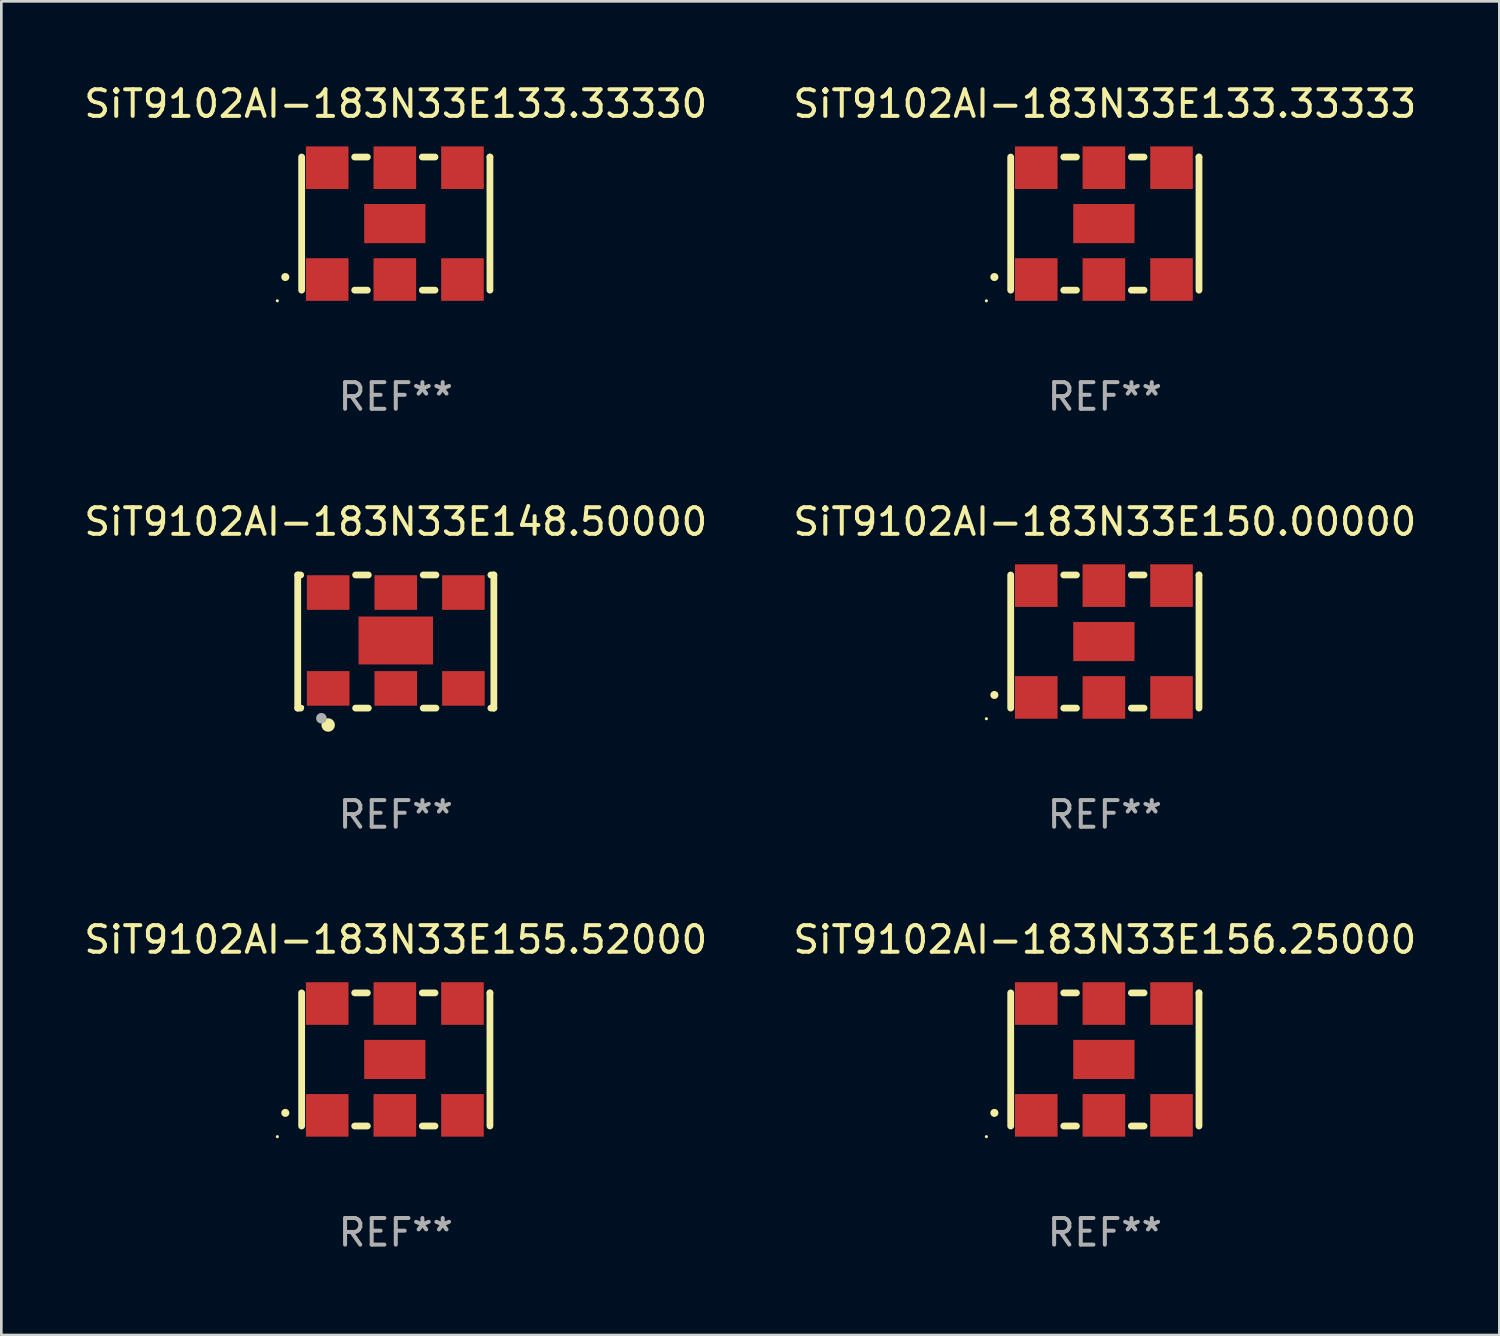
<source format=kicad_pcb>
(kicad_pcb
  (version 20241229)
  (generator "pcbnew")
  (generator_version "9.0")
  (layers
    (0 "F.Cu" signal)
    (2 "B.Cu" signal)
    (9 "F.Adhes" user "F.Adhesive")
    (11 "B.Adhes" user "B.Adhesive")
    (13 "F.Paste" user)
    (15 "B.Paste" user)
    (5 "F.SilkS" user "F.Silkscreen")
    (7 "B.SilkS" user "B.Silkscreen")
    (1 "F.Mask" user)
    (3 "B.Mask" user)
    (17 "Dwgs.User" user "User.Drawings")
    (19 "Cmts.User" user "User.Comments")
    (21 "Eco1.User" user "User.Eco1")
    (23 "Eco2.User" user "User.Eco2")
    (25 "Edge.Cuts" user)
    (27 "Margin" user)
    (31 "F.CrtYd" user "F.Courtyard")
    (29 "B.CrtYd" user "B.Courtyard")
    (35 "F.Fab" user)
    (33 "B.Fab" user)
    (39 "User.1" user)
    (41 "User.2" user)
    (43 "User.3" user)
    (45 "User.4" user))
  (footprint "SiT9102AI-183N33E155.52000"
    (layer "F.Cu")
    (at 11.815 36.741)
    (property "Reference" "SiT9102AI-183N33E155.52000" (at 0 -4.5 0) (layer "F.SilkS") (effects (font (size 1 1) (thickness 0.15))))
    (attr through_hole)
    (fp_line (start -3.536 -2.5) (end -3.536 2.5) (stroke (width 0.254) (type solid)) (layer "F.SilkS"))
    (fp_line (start -1.544 2.5) (end -1.067 2.5) (stroke (width 0.254) (type solid)) (layer "F.SilkS"))
    (fp_line (start -1.067 -2.5) (end -1.544 -2.5) (stroke (width 0.254) (type solid)) (layer "F.SilkS"))
    (fp_line (start 0.996 2.5) (end 1.473 2.5) (stroke (width 0.254) (type solid)) (layer "F.SilkS"))
    (fp_line (start 1.473 -2.5) (end 0.996 -2.5) (stroke (width 0.254) (type solid)) (layer "F.SilkS"))
    (fp_line (start 3.536 -2.5) (end 3.536 -2.5) (stroke (width 0.254) (type solid)) (layer "F.SilkS"))
    (fp_line (start 3.536 2.5) (end 3.536 -2.5) (stroke (width 0.254) (type solid)) (layer "F.SilkS"))
    (fp_arc (start -4.150432 2.006604) (mid -4.149162 2.006599) (end -4.147892 2.006604) (stroke (width 0.3) (type solid)) (layer "F.SilkS"))
    (fp_circle (center -4.449 2.9) (end -4.419 2.9) (stroke (width 0.06) (type solid)) (fill no) (layer "F.SilkS"))
    (fp_text user "REF**" (at 0 6.5 0) (layer "F.Fab") (effects (font (size 1 1) (thickness 0.15))))
    (pad "1" smd rect (at -2.576 2.1) (size 1.6 1.6) (layers "F.Cu" "F.Mask" "F.Paste"))
    (pad "2" smd rect (at -0.036 2.1) (size 1.6 1.6) (layers "F.Cu" "F.Mask" "F.Paste"))
    (pad "3" smd rect (at 2.504 2.1) (size 1.6 1.6) (layers "F.Cu" "F.Mask" "F.Paste"))
    (pad "4" smd rect (at 2.504 -2.1) (size 1.6 1.6) (layers "F.Cu" "F.Mask" "F.Paste"))
    (pad "5" smd rect (at -0.036 -2.1) (size 1.6 1.6) (layers "F.Cu" "F.Mask" "F.Paste"))
    (pad "6" smd rect (at -2.576 -2.1) (size 1.6 1.6) (layers "F.Cu" "F.Mask" "F.Paste"))
    (pad "7" smd rect (at -0.036 0) (size 2.3 1.47) (layers "F.Cu" "F.Mask" "F.Paste")))
  (footprint "SiT9102AI-183N33E156.25000"
    (layer "F.Cu")
    (at 38.446 36.741)
    (property "Reference" "SiT9102AI-183N33E156.25000" (at 0 -4.5 0) (layer "F.SilkS") (effects (font (size 1 1) (thickness 0.15))))
    (attr through_hole)
    (fp_line (start -3.536 -2.5) (end -3.536 2.5) (stroke (width 0.254) (type solid)) (layer "F.SilkS"))
    (fp_line (start -1.544 2.5) (end -1.067 2.5) (stroke (width 0.254) (type solid)) (layer "F.SilkS"))
    (fp_line (start -1.067 -2.5) (end -1.544 -2.5) (stroke (width 0.254) (type solid)) (layer "F.SilkS"))
    (fp_line (start 0.996 2.5) (end 1.473 2.5) (stroke (width 0.254) (type solid)) (layer "F.SilkS"))
    (fp_line (start 1.473 -2.5) (end 0.996 -2.5) (stroke (width 0.254) (type solid)) (layer "F.SilkS"))
    (fp_line (start 3.536 -2.5) (end 3.536 -2.5) (stroke (width 0.254) (type solid)) (layer "F.SilkS"))
    (fp_line (start 3.536 2.5) (end 3.536 -2.5) (stroke (width 0.254) (type solid)) (layer "F.SilkS"))
    (fp_arc (start -4.150432 2.006604) (mid -4.149162 2.006599) (end -4.147892 2.006604) (stroke (width 0.3) (type solid)) (layer "F.SilkS"))
    (fp_circle (center -4.449 2.9) (end -4.419 2.9) (stroke (width 0.06) (type solid)) (fill no) (layer "F.SilkS"))
    (fp_text user "REF**" (at 0 6.5 0) (layer "F.Fab") (effects (font (size 1 1) (thickness 0.15))))
    (pad "1" smd rect (at -2.576 2.1) (size 1.6 1.6) (layers "F.Cu" "F.Mask" "F.Paste"))
    (pad "2" smd rect (at -0.036 2.1) (size 1.6 1.6) (layers "F.Cu" "F.Mask" "F.Paste"))
    (pad "3" smd rect (at 2.504 2.1) (size 1.6 1.6) (layers "F.Cu" "F.Mask" "F.Paste"))
    (pad "4" smd rect (at 2.504 -2.1) (size 1.6 1.6) (layers "F.Cu" "F.Mask" "F.Paste"))
    (pad "5" smd rect (at -0.036 -2.1) (size 1.6 1.6) (layers "F.Cu" "F.Mask" "F.Paste"))
    (pad "6" smd rect (at -2.576 -2.1) (size 1.6 1.6) (layers "F.Cu" "F.Mask" "F.Paste"))
    (pad "7" smd rect (at -0.036 0) (size 2.3 1.47) (layers "F.Cu" "F.Mask" "F.Paste")))
  (footprint "SiT9102AI-183N33E133.33333"
    (layer "F.Cu")
    (at 38.446 5.348)
    (property "Reference" "SiT9102AI-183N33E133.33333" (at 0 -4.5 0) (layer "F.SilkS") (effects (font (size 1 1) (thickness 0.15))))
    (attr through_hole)
    (fp_line (start -3.536 -2.5) (end -3.536 2.5) (stroke (width 0.254) (type solid)) (layer "F.SilkS"))
    (fp_line (start -1.544 2.5) (end -1.067 2.5) (stroke (width 0.254) (type solid)) (layer "F.SilkS"))
    (fp_line (start -1.067 -2.5) (end -1.544 -2.5) (stroke (width 0.254) (type solid)) (layer "F.SilkS"))
    (fp_line (start 0.996 2.5) (end 1.473 2.5) (stroke (width 0.254) (type solid)) (layer "F.SilkS"))
    (fp_line (start 1.473 -2.5) (end 0.996 -2.5) (stroke (width 0.254) (type solid)) (layer "F.SilkS"))
    (fp_line (start 3.536 -2.5) (end 3.536 -2.5) (stroke (width 0.254) (type solid)) (layer "F.SilkS"))
    (fp_line (start 3.536 2.5) (end 3.536 -2.5) (stroke (width 0.254) (type solid)) (layer "F.SilkS"))
    (fp_arc (start -4.150432 2.006604) (mid -4.149162 2.006599) (end -4.147892 2.006604) (stroke (width 0.3) (type solid)) (layer "F.SilkS"))
    (fp_circle (center -4.449 2.9) (end -4.419 2.9) (stroke (width 0.06) (type solid)) (fill no) (layer "F.SilkS"))
    (fp_text user "REF**" (at 0 6.5 0) (layer "F.Fab") (effects (font (size 1 1) (thickness 0.15))))
    (pad "1" smd rect (at -2.576 2.1) (size 1.6 1.6) (layers "F.Cu" "F.Mask" "F.Paste"))
    (pad "2" smd rect (at -0.036 2.1) (size 1.6 1.6) (layers "F.Cu" "F.Mask" "F.Paste"))
    (pad "3" smd rect (at 2.504 2.1) (size 1.6 1.6) (layers "F.Cu" "F.Mask" "F.Paste"))
    (pad "4" smd rect (at 2.504 -2.1) (size 1.6 1.6) (layers "F.Cu" "F.Mask" "F.Paste"))
    (pad "5" smd rect (at -0.036 -2.1) (size 1.6 1.6) (layers "F.Cu" "F.Mask" "F.Paste"))
    (pad "6" smd rect (at -2.576 -2.1) (size 1.6 1.6) (layers "F.Cu" "F.Mask" "F.Paste"))
    (pad "7" smd rect (at -0.036 0) (size 2.3 1.47) (layers "F.Cu" "F.Mask" "F.Paste")))
  (footprint "SiT9102AI-183N33E148.50000"
    (layer "F.Cu")
    (at 11.815 21.045)
    (property "Reference" "SiT9102AI-183N33E148.50000" (at 0 -4.5 0) (layer "F.SilkS") (effects (font (size 1 1) (thickness 0.15))))
    (attr through_hole)
    (fp_line (start -3.683 -2.5) (end -3.571 -2.5) (stroke (width 0.254) (type solid)) (layer "F.SilkS"))
    (fp_line (start -3.683 2.5) (end -3.683 -2.5) (stroke (width 0.254) (type solid)) (layer "F.SilkS"))
    (fp_line (start -3.683 2.5) (end -3.571 2.5) (stroke (width 0.254) (type solid)) (layer "F.SilkS"))
    (fp_line (start -1.509 -2.5) (end -1.031 -2.5) (stroke (width 0.254) (type solid)) (layer "F.SilkS"))
    (fp_line (start -1.509 2.5) (end -1.031 2.5) (stroke (width 0.254) (type solid)) (layer "F.SilkS"))
    (fp_line (start 1.031 -2.5) (end 1.509 -2.5) (stroke (width 0.254) (type solid)) (layer "F.SilkS"))
    (fp_line (start 1.031 2.5) (end 1.509 2.5) (stroke (width 0.254) (type solid)) (layer "F.SilkS"))
    (fp_line (start 3.571 -2.5) (end 3.683 -2.5) (stroke (width 0.254) (type solid)) (layer "F.SilkS"))
    (fp_line (start 3.571 2.5) (end 3.683 2.5) (stroke (width 0.254) (type solid)) (layer "F.SilkS"))
    (fp_line (start 3.683 2.5) (end 3.683 -2.5) (stroke (width 0.254) (type solid)) (layer "F.SilkS"))
    (fp_circle (center -3.5 2.46) (end -3.47 2.46) (stroke (width 0.06) (type solid)) (fill no) (layer "F.SilkS"))
    (fp_circle (center -2.54 3.135) (end -2.413 3.135) (stroke (width 0.254) (type solid)) (fill no) (layer "F.SilkS"))
    (fp_circle (center -2.794 2.881) (end -2.694 2.881) (stroke (width 0.2) (type solid)) (fill no) (layer "F.Fab"))
    (fp_text user "REF**" (at 0 6.5 0) (layer "F.Fab") (effects (font (size 1 1) (thickness 0.15))))
    (pad "1" smd rect (at -2.54 1.76) (size 1.6 1.3) (layers "F.Cu" "F.Mask" "F.Paste"))
    (pad "2" smd rect (at 0 1.76) (size 1.6 1.3) (layers "F.Cu" "F.Mask" "F.Paste"))
    (pad "3" smd rect (at 2.54 1.76) (size 1.6 1.3) (layers "F.Cu" "F.Mask" "F.Paste"))
    (pad "4" smd rect (at 2.54 -1.84) (size 1.6 1.3) (layers "F.Cu" "F.Mask" "F.Paste"))
    (pad "5" smd rect (at 0 -1.84) (size 1.6 1.3) (layers "F.Cu" "F.Mask" "F.Paste"))
    (pad "6" smd rect (at -2.54 -1.84) (size 1.6 1.3) (layers "F.Cu" "F.Mask" "F.Paste"))
    (pad "7" smd rect (at 0 -0.04) (size 2.8 1.8) (layers "F.Cu" "F.Mask" "F.Paste")))
  (footprint "SiT9102AI-183N33E133.33330"
    (layer "F.Cu")
    (at 11.815 5.348)
    (property "Reference" "SiT9102AI-183N33E133.33330" (at 0 -4.5 0) (layer "F.SilkS") (effects (font (size 1 1) (thickness 0.15))))
    (attr through_hole)
    (fp_line (start -3.536 -2.5) (end -3.536 2.5) (stroke (width 0.254) (type solid)) (layer "F.SilkS"))
    (fp_line (start -1.544 2.5) (end -1.067 2.5) (stroke (width 0.254) (type solid)) (layer "F.SilkS"))
    (fp_line (start -1.067 -2.5) (end -1.544 -2.5) (stroke (width 0.254) (type solid)) (layer "F.SilkS"))
    (fp_line (start 0.996 2.5) (end 1.473 2.5) (stroke (width 0.254) (type solid)) (layer "F.SilkS"))
    (fp_line (start 1.473 -2.5) (end 0.996 -2.5) (stroke (width 0.254) (type solid)) (layer "F.SilkS"))
    (fp_line (start 3.536 -2.5) (end 3.536 -2.5) (stroke (width 0.254) (type solid)) (layer "F.SilkS"))
    (fp_line (start 3.536 2.5) (end 3.536 -2.5) (stroke (width 0.254) (type solid)) (layer "F.SilkS"))
    (fp_arc (start -4.150432 2.006604) (mid -4.149162 2.006599) (end -4.147892 2.006604) (stroke (width 0.3) (type solid)) (layer "F.SilkS"))
    (fp_circle (center -4.449 2.9) (end -4.419 2.9) (stroke (width 0.06) (type solid)) (fill no) (layer "F.SilkS"))
    (fp_text user "REF**" (at 0 6.5 0) (layer "F.Fab") (effects (font (size 1 1) (thickness 0.15))))
    (pad "1" smd rect (at -2.576 2.1) (size 1.6 1.6) (layers "F.Cu" "F.Mask" "F.Paste"))
    (pad "2" smd rect (at -0.036 2.1) (size 1.6 1.6) (layers "F.Cu" "F.Mask" "F.Paste"))
    (pad "3" smd rect (at 2.504 2.1) (size 1.6 1.6) (layers "F.Cu" "F.Mask" "F.Paste"))
    (pad "4" smd rect (at 2.504 -2.1) (size 1.6 1.6) (layers "F.Cu" "F.Mask" "F.Paste"))
    (pad "5" smd rect (at -0.036 -2.1) (size 1.6 1.6) (layers "F.Cu" "F.Mask" "F.Paste"))
    (pad "6" smd rect (at -2.576 -2.1) (size 1.6 1.6) (layers "F.Cu" "F.Mask" "F.Paste"))
    (pad "7" smd rect (at -0.036 0) (size 2.3 1.47) (layers "F.Cu" "F.Mask" "F.Paste")))
  (footprint "SiT9102AI-183N33E150.00000"
    (layer "F.Cu")
    (at 38.446 21.045)
    (property "Reference" "SiT9102AI-183N33E150.00000" (at 0 -4.5 0) (layer "F.SilkS") (effects (font (size 1 1) (thickness 0.15))))
    (attr through_hole)
    (fp_line (start -3.536 -2.5) (end -3.536 2.5) (stroke (width 0.254) (type solid)) (layer "F.SilkS"))
    (fp_line (start -1.544 2.5) (end -1.067 2.5) (stroke (width 0.254) (type solid)) (layer "F.SilkS"))
    (fp_line (start -1.067 -2.5) (end -1.544 -2.5) (stroke (width 0.254) (type solid)) (layer "F.SilkS"))
    (fp_line (start 0.996 2.5) (end 1.473 2.5) (stroke (width 0.254) (type solid)) (layer "F.SilkS"))
    (fp_line (start 1.473 -2.5) (end 0.996 -2.5) (stroke (width 0.254) (type solid)) (layer "F.SilkS"))
    (fp_line (start 3.536 -2.5) (end 3.536 -2.5) (stroke (width 0.254) (type solid)) (layer "F.SilkS"))
    (fp_line (start 3.536 2.5) (end 3.536 -2.5) (stroke (width 0.254) (type solid)) (layer "F.SilkS"))
    (fp_arc (start -4.150432 2.006604) (mid -4.149162 2.006599) (end -4.147892 2.006604) (stroke (width 0.3) (type solid)) (layer "F.SilkS"))
    (fp_circle (center -4.449 2.9) (end -4.419 2.9) (stroke (width 0.06) (type solid)) (fill no) (layer "F.SilkS"))
    (fp_text user "REF**" (at 0 6.5 0) (layer "F.Fab") (effects (font (size 1 1) (thickness 0.15))))
    (pad "1" smd rect (at -2.576 2.1) (size 1.6 1.6) (layers "F.Cu" "F.Mask" "F.Paste"))
    (pad "2" smd rect (at -0.036 2.1) (size 1.6 1.6) (layers "F.Cu" "F.Mask" "F.Paste"))
    (pad "3" smd rect (at 2.504 2.1) (size 1.6 1.6) (layers "F.Cu" "F.Mask" "F.Paste"))
    (pad "4" smd rect (at 2.504 -2.1) (size 1.6 1.6) (layers "F.Cu" "F.Mask" "F.Paste"))
    (pad "5" smd rect (at -0.036 -2.1) (size 1.6 1.6) (layers "F.Cu" "F.Mask" "F.Paste"))
    (pad "6" smd rect (at -2.576 -2.1) (size 1.6 1.6) (layers "F.Cu" "F.Mask" "F.Paste"))
    (pad "7" smd rect (at -0.036 0) (size 2.3 1.47) (layers "F.Cu" "F.Mask" "F.Paste")))
  (gr_rect
    (start -3 -3)
    (end 53.262 47.09)
    (stroke (width 0.1) (type default))
    (fill no)
    (layer "Edge.Cuts")))
</source>
